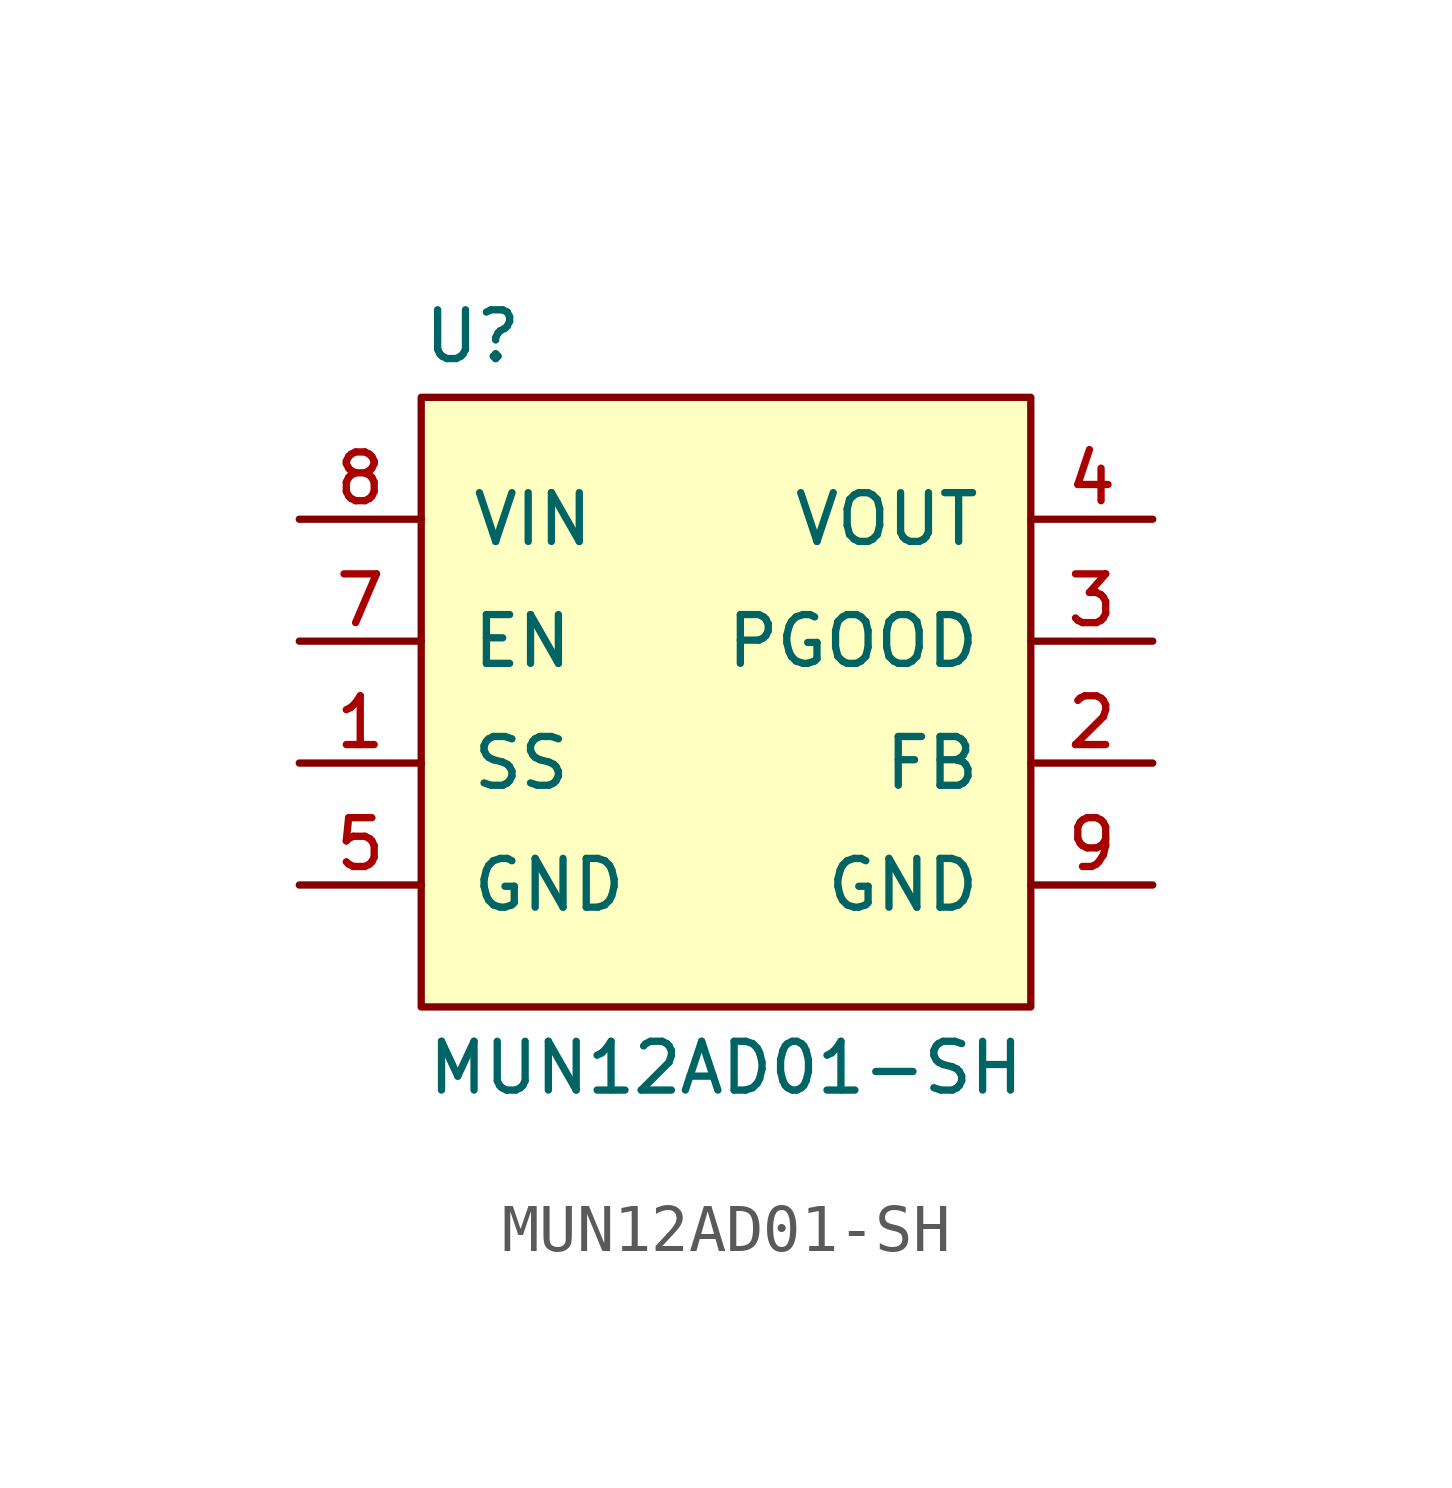
<source format=kicad_sym>
(kicad_symbol_lib
  (version 20211014)
  (generator kicad_symbol_editor)
  (symbol "MUN12AD01-SH"
    (pin_names
      (offset 1.016))
    (property "Reference" "U"
      (at -6.35 7.62 0)
      (effects (font (size 1.016 1.016)) (justify left)))
    (property "Value" "MUN12AD01-SH"
      (at 0 -7.62 0)
      (effects (font (size 1.016 1.016))))
    (symbol "MUN12AD01-SH_0_1"
      (rectangle (start -6.35 6.35) (end 6.35 -6.35) (stroke (width 0) (type default) (color 0 0 0 0)) (fill (type background))))
    (symbol "MUN12AD01-SH_1_1"
      (pin input line (at -8.89 -1.27 0) (length 2.54) (name "SS" (effects (font (size 1.016 1.016)))) (number "1" (effects (font (size 1.016 1.016)))))
      (pin input line (at 8.89 -1.27 180) (length 2.54) (name "FB" (effects (font (size 1.016 1.016)))) (number "2" (effects (font (size 1.016 1.016)))))
      (pin output line (at 8.89 1.27 180) (length 2.54) (name "PGOOD" (effects (font (size 1.016 1.016)))) (number "3" (effects (font (size 1.016 1.016)))))
      (pin power_out line (at 8.89 3.81 180) (length 2.54) (name "VOUT" (effects (font (size 1.016 1.016)))) (number "4" (effects (font (size 1.016 1.016)))))
      (pin power_in line (at -8.89 -3.81 0) (length 2.54) (name "GND" (effects (font (size 1.016 1.016)))) (number "5" (effects (font (size 1.016 1.016)))))
      (pin no_connect line (at 0 8.89 270) (length 2.54) hide (name "NC" (effects (font (size 1.016 1.016)))) (number "6" (effects (font (size 1.016 1.016)))))
      (pin input line (at -8.89 1.27 0) (length 2.54) (name "EN" (effects (font (size 1.016 1.016)))) (number "7" (effects (font (size 1.016 1.016)))))
      (pin power_in line (at -8.89 3.81 0) (length 2.54) (name "VIN" (effects (font (size 1.016 1.016)))) (number "8" (effects (font (size 1.016 1.016)))))
      (pin power_in line (at 8.89 -3.81 180) (length 2.54) (name "GND" (effects (font (size 1.016 1.016)))) (number "9" (effects (font (size 1.016 1.016))))))))
</source>
